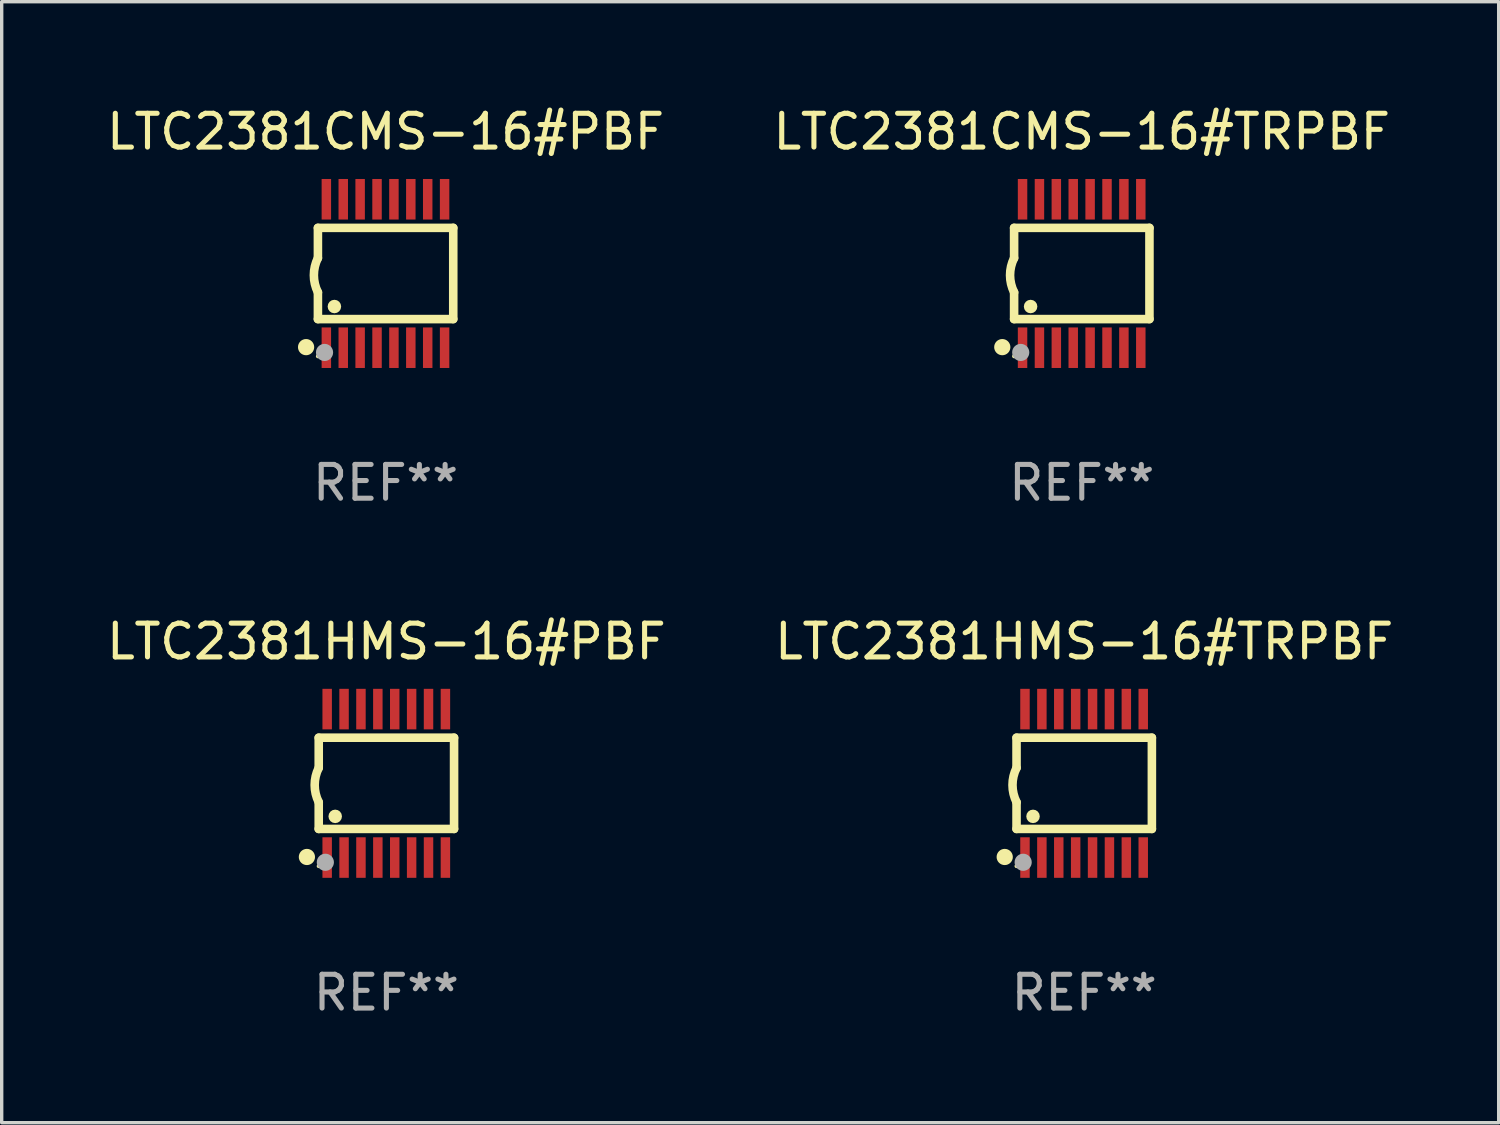
<source format=kicad_pcb>
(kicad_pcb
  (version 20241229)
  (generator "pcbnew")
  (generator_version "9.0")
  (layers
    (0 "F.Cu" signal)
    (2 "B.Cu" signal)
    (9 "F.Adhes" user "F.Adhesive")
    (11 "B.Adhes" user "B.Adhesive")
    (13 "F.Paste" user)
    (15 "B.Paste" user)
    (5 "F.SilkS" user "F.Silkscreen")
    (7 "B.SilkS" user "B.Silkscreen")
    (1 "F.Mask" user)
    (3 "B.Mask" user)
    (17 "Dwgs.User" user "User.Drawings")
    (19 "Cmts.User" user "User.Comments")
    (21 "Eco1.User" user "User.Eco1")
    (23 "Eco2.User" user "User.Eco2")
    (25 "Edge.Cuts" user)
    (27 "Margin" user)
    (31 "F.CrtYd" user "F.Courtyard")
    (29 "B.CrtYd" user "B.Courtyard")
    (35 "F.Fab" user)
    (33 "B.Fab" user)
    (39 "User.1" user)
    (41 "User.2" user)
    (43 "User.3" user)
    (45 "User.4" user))
  (footprint "LTC2381HMS-16#TRPBF"
    (layer "F.Cu")
    (at 29.042 20.136)
    (property "Reference" "LTC2381HMS-16#TRPBF" (at 0 -4.197 0) (layer "F.SilkS") (effects (font (size 1 1) (thickness 0.15))))
    (attr through_hole)
    (fp_line (start -2.003 -1.35) (end -2.003 -0.457) (stroke (width 0.254) (type solid)) (layer "F.SilkS"))
    (fp_line (start -2.003 -1.35) (end 2.003 -1.35) (stroke (width 0.254) (type solid)) (layer "F.SilkS"))
    (fp_line (start -2.003 1.35) (end -2.003 0.559) (stroke (width 0.254) (type solid)) (layer "F.SilkS"))
    (fp_line (start -2.003 1.35) (end 2.003 1.35) (stroke (width 0.254) (type solid)) (layer "F.SilkS"))
    (fp_line (start 2.003 -1.35) (end 2.003 1.35) (stroke (width 0.254) (type solid)) (layer "F.SilkS"))
    (fp_arc (start -2.002286 0.558802) (mid -2.122556 0.05092) (end -2.003302 -0.457201) (stroke (width 0.254001) (type solid)) (layer "F.SilkS"))
    (fp_circle (center -2.353 2.18) (end -2.233 2.18) (stroke (width 0.24) (type solid)) (fill no) (layer "F.SilkS"))
    (fp_circle (center -2.003 2.45) (end -1.973 2.45) (stroke (width 0.06) (type solid)) (fill no) (layer "F.SilkS"))
    (fp_circle (center -1.515 0.978) (end -1.415 0.978) (stroke (width 0.2) (type solid)) (fill no) (layer "F.SilkS"))
    (fp_circle (center -1.807 2.337) (end -1.68 2.337) (stroke (width 0.254) (type solid)) (fill no) (layer "F.Fab"))
    (fp_text user "REF**" (at 0 6.197 0) (layer "F.Fab") (effects (font (size 1 1) (thickness 0.15))))
    (pad "1" smd rect (at -1.753 2.197 90) (size 1.2 0.28) (layers "F.Cu" "F.Mask" "F.Paste"))
    (pad "2" smd rect (at -1.253 2.197 90) (size 1.2 0.28) (layers "F.Cu" "F.Mask" "F.Paste"))
    (pad "3" smd rect (at -0.753 2.197 90) (size 1.2 0.28) (layers "F.Cu" "F.Mask" "F.Paste"))
    (pad "4" smd rect (at -0.253 2.197 90) (size 1.2 0.28) (layers "F.Cu" "F.Mask" "F.Paste"))
    (pad "5" smd rect (at 0.247 2.197 90) (size 1.2 0.28) (layers "F.Cu" "F.Mask" "F.Paste"))
    (pad "6" smd rect (at 0.747 2.197 90) (size 1.2 0.28) (layers "F.Cu" "F.Mask" "F.Paste"))
    (pad "7" smd rect (at 1.247 2.197 90) (size 1.2 0.28) (layers "F.Cu" "F.Mask" "F.Paste"))
    (pad "8" smd rect (at 1.747 2.197 90) (size 1.2 0.28) (layers "F.Cu" "F.Mask" "F.Paste"))
    (pad "9" smd rect (at 1.747 -2.197 90) (size 1.2 0.28) (layers "F.Cu" "F.Mask" "F.Paste"))
    (pad "10" smd rect (at 1.247 -2.197 90) (size 1.2 0.28) (layers "F.Cu" "F.Mask" "F.Paste"))
    (pad "11" smd rect (at 0.747 -2.197 90) (size 1.2 0.28) (layers "F.Cu" "F.Mask" "F.Paste"))
    (pad "12" smd rect (at 0.247 -2.197 90) (size 1.2 0.28) (layers "F.Cu" "F.Mask" "F.Paste"))
    (pad "13" smd rect (at -0.253 -2.197 90) (size 1.2 0.28) (layers "F.Cu" "F.Mask" "F.Paste"))
    (pad "14" smd rect (at -0.753 -2.197 90) (size 1.2 0.28) (layers "F.Cu" "F.Mask" "F.Paste"))
    (pad "15" smd rect (at -1.253 -2.197 90) (size 1.2 0.28) (layers "F.Cu" "F.Mask" "F.Paste"))
    (pad "16" smd rect (at -1.753 -2.197 90) (size 1.2 0.28) (layers "F.Cu" "F.Mask" "F.Paste")))
  (footprint "LTC2381CMS-16#TRPBF"
    (layer "F.Cu")
    (at 28.97 5.045)
    (property "Reference" "LTC2381CMS-16#TRPBF" (at 0 -4.197 0) (layer "F.SilkS") (effects (font (size 1 1) (thickness 0.15))))
    (attr through_hole)
    (fp_line (start -2.003 -1.35) (end -2.003 -0.457) (stroke (width 0.254) (type solid)) (layer "F.SilkS"))
    (fp_line (start -2.003 -1.35) (end 2.003 -1.35) (stroke (width 0.254) (type solid)) (layer "F.SilkS"))
    (fp_line (start -2.003 1.35) (end -2.003 0.559) (stroke (width 0.254) (type solid)) (layer "F.SilkS"))
    (fp_line (start -2.003 1.35) (end 2.003 1.35) (stroke (width 0.254) (type solid)) (layer "F.SilkS"))
    (fp_line (start 2.003 -1.35) (end 2.003 1.35) (stroke (width 0.254) (type solid)) (layer "F.SilkS"))
    (fp_arc (start -2.002286 0.558802) (mid -2.122556 0.05092) (end -2.003302 -0.457201) (stroke (width 0.254001) (type solid)) (layer "F.SilkS"))
    (fp_circle (center -2.353 2.18) (end -2.233 2.18) (stroke (width 0.24) (type solid)) (fill no) (layer "F.SilkS"))
    (fp_circle (center -2.003 2.45) (end -1.973 2.45) (stroke (width 0.06) (type solid)) (fill no) (layer "F.SilkS"))
    (fp_circle (center -1.515 0.978) (end -1.415 0.978) (stroke (width 0.2) (type solid)) (fill no) (layer "F.SilkS"))
    (fp_circle (center -1.807 2.337) (end -1.68 2.337) (stroke (width 0.254) (type solid)) (fill no) (layer "F.Fab"))
    (fp_text user "REF**" (at 0 6.197 0) (layer "F.Fab") (effects (font (size 1 1) (thickness 0.15))))
    (pad "1" smd rect (at -1.753 2.197 90) (size 1.2 0.28) (layers "F.Cu" "F.Mask" "F.Paste"))
    (pad "2" smd rect (at -1.253 2.197 90) (size 1.2 0.28) (layers "F.Cu" "F.Mask" "F.Paste"))
    (pad "3" smd rect (at -0.753 2.197 90) (size 1.2 0.28) (layers "F.Cu" "F.Mask" "F.Paste"))
    (pad "4" smd rect (at -0.253 2.197 90) (size 1.2 0.28) (layers "F.Cu" "F.Mask" "F.Paste"))
    (pad "5" smd rect (at 0.247 2.197 90) (size 1.2 0.28) (layers "F.Cu" "F.Mask" "F.Paste"))
    (pad "6" smd rect (at 0.747 2.197 90) (size 1.2 0.28) (layers "F.Cu" "F.Mask" "F.Paste"))
    (pad "7" smd rect (at 1.247 2.197 90) (size 1.2 0.28) (layers "F.Cu" "F.Mask" "F.Paste"))
    (pad "8" smd rect (at 1.747 2.197 90) (size 1.2 0.28) (layers "F.Cu" "F.Mask" "F.Paste"))
    (pad "9" smd rect (at 1.747 -2.197 90) (size 1.2 0.28) (layers "F.Cu" "F.Mask" "F.Paste"))
    (pad "10" smd rect (at 1.247 -2.197 90) (size 1.2 0.28) (layers "F.Cu" "F.Mask" "F.Paste"))
    (pad "11" smd rect (at 0.747 -2.197 90) (size 1.2 0.28) (layers "F.Cu" "F.Mask" "F.Paste"))
    (pad "12" smd rect (at 0.247 -2.197 90) (size 1.2 0.28) (layers "F.Cu" "F.Mask" "F.Paste"))
    (pad "13" smd rect (at -0.253 -2.197 90) (size 1.2 0.28) (layers "F.Cu" "F.Mask" "F.Paste"))
    (pad "14" smd rect (at -0.753 -2.197 90) (size 1.2 0.28) (layers "F.Cu" "F.Mask" "F.Paste"))
    (pad "15" smd rect (at -1.253 -2.197 90) (size 1.2 0.28) (layers "F.Cu" "F.Mask" "F.Paste"))
    (pad "16" smd rect (at -1.753 -2.197 90) (size 1.2 0.28) (layers "F.Cu" "F.Mask" "F.Paste")))
  (footprint "LTC2381HMS-16#PBF"
    (layer "F.Cu")
    (at 8.387 20.136)
    (property "Reference" "LTC2381HMS-16#PBF" (at 0 -4.197 0) (layer "F.SilkS") (effects (font (size 1 1) (thickness 0.15))))
    (attr through_hole)
    (fp_line (start -2.003 -1.35) (end -2.003 -0.457) (stroke (width 0.254) (type solid)) (layer "F.SilkS"))
    (fp_line (start -2.003 -1.35) (end 2.003 -1.35) (stroke (width 0.254) (type solid)) (layer "F.SilkS"))
    (fp_line (start -2.003 1.35) (end -2.003 0.559) (stroke (width 0.254) (type solid)) (layer "F.SilkS"))
    (fp_line (start -2.003 1.35) (end 2.003 1.35) (stroke (width 0.254) (type solid)) (layer "F.SilkS"))
    (fp_line (start 2.003 -1.35) (end 2.003 1.35) (stroke (width 0.254) (type solid)) (layer "F.SilkS"))
    (fp_arc (start -2.002286 0.558802) (mid -2.122556 0.05092) (end -2.003302 -0.457201) (stroke (width 0.254001) (type solid)) (layer "F.SilkS"))
    (fp_circle (center -2.353 2.18) (end -2.233 2.18) (stroke (width 0.24) (type solid)) (fill no) (layer "F.SilkS"))
    (fp_circle (center -2.003 2.45) (end -1.973 2.45) (stroke (width 0.06) (type solid)) (fill no) (layer "F.SilkS"))
    (fp_circle (center -1.515 0.978) (end -1.415 0.978) (stroke (width 0.2) (type solid)) (fill no) (layer "F.SilkS"))
    (fp_circle (center -1.807 2.337) (end -1.68 2.337) (stroke (width 0.254) (type solid)) (fill no) (layer "F.Fab"))
    (fp_text user "REF**" (at 0 6.197 0) (layer "F.Fab") (effects (font (size 1 1) (thickness 0.15))))
    (pad "1" smd rect (at -1.753 2.197 90) (size 1.2 0.28) (layers "F.Cu" "F.Mask" "F.Paste"))
    (pad "2" smd rect (at -1.253 2.197 90) (size 1.2 0.28) (layers "F.Cu" "F.Mask" "F.Paste"))
    (pad "3" smd rect (at -0.753 2.197 90) (size 1.2 0.28) (layers "F.Cu" "F.Mask" "F.Paste"))
    (pad "4" smd rect (at -0.253 2.197 90) (size 1.2 0.28) (layers "F.Cu" "F.Mask" "F.Paste"))
    (pad "5" smd rect (at 0.247 2.197 90) (size 1.2 0.28) (layers "F.Cu" "F.Mask" "F.Paste"))
    (pad "6" smd rect (at 0.747 2.197 90) (size 1.2 0.28) (layers "F.Cu" "F.Mask" "F.Paste"))
    (pad "7" smd rect (at 1.247 2.197 90) (size 1.2 0.28) (layers "F.Cu" "F.Mask" "F.Paste"))
    (pad "8" smd rect (at 1.747 2.197 90) (size 1.2 0.28) (layers "F.Cu" "F.Mask" "F.Paste"))
    (pad "9" smd rect (at 1.747 -2.197 90) (size 1.2 0.28) (layers "F.Cu" "F.Mask" "F.Paste"))
    (pad "10" smd rect (at 1.247 -2.197 90) (size 1.2 0.28) (layers "F.Cu" "F.Mask" "F.Paste"))
    (pad "11" smd rect (at 0.747 -2.197 90) (size 1.2 0.28) (layers "F.Cu" "F.Mask" "F.Paste"))
    (pad "12" smd rect (at 0.247 -2.197 90) (size 1.2 0.28) (layers "F.Cu" "F.Mask" "F.Paste"))
    (pad "13" smd rect (at -0.253 -2.197 90) (size 1.2 0.28) (layers "F.Cu" "F.Mask" "F.Paste"))
    (pad "14" smd rect (at -0.753 -2.197 90) (size 1.2 0.28) (layers "F.Cu" "F.Mask" "F.Paste"))
    (pad "15" smd rect (at -1.253 -2.197 90) (size 1.2 0.28) (layers "F.Cu" "F.Mask" "F.Paste"))
    (pad "16" smd rect (at -1.753 -2.197 90) (size 1.2 0.28) (layers "F.Cu" "F.Mask" "F.Paste")))
  (footprint "LTC2381CMS-16#PBF"
    (layer "F.Cu")
    (at 8.363 5.045)
    (property "Reference" "LTC2381CMS-16#PBF" (at 0 -4.197 0) (layer "F.SilkS") (effects (font (size 1 1) (thickness 0.15))))
    (attr through_hole)
    (fp_line (start -2.003 -1.35) (end -2.003 -0.457) (stroke (width 0.254) (type solid)) (layer "F.SilkS"))
    (fp_line (start -2.003 -1.35) (end 2.003 -1.35) (stroke (width 0.254) (type solid)) (layer "F.SilkS"))
    (fp_line (start -2.003 1.35) (end -2.003 0.559) (stroke (width 0.254) (type solid)) (layer "F.SilkS"))
    (fp_line (start -2.003 1.35) (end 2.003 1.35) (stroke (width 0.254) (type solid)) (layer "F.SilkS"))
    (fp_line (start 2.003 -1.35) (end 2.003 1.35) (stroke (width 0.254) (type solid)) (layer "F.SilkS"))
    (fp_arc (start -2.002286 0.558802) (mid -2.122556 0.05092) (end -2.003302 -0.457201) (stroke (width 0.254001) (type solid)) (layer "F.SilkS"))
    (fp_circle (center -2.353 2.18) (end -2.233 2.18) (stroke (width 0.24) (type solid)) (fill no) (layer "F.SilkS"))
    (fp_circle (center -2.003 2.45) (end -1.973 2.45) (stroke (width 0.06) (type solid)) (fill no) (layer "F.SilkS"))
    (fp_circle (center -1.515 0.978) (end -1.415 0.978) (stroke (width 0.2) (type solid)) (fill no) (layer "F.SilkS"))
    (fp_circle (center -1.807 2.337) (end -1.68 2.337) (stroke (width 0.254) (type solid)) (fill no) (layer "F.Fab"))
    (fp_text user "REF**" (at 0 6.197 0) (layer "F.Fab") (effects (font (size 1 1) (thickness 0.15))))
    (pad "1" smd rect (at -1.753 2.197 90) (size 1.2 0.28) (layers "F.Cu" "F.Mask" "F.Paste"))
    (pad "2" smd rect (at -1.253 2.197 90) (size 1.2 0.28) (layers "F.Cu" "F.Mask" "F.Paste"))
    (pad "3" smd rect (at -0.753 2.197 90) (size 1.2 0.28) (layers "F.Cu" "F.Mask" "F.Paste"))
    (pad "4" smd rect (at -0.253 2.197 90) (size 1.2 0.28) (layers "F.Cu" "F.Mask" "F.Paste"))
    (pad "5" smd rect (at 0.247 2.197 90) (size 1.2 0.28) (layers "F.Cu" "F.Mask" "F.Paste"))
    (pad "6" smd rect (at 0.747 2.197 90) (size 1.2 0.28) (layers "F.Cu" "F.Mask" "F.Paste"))
    (pad "7" smd rect (at 1.247 2.197 90) (size 1.2 0.28) (layers "F.Cu" "F.Mask" "F.Paste"))
    (pad "8" smd rect (at 1.747 2.197 90) (size 1.2 0.28) (layers "F.Cu" "F.Mask" "F.Paste"))
    (pad "9" smd rect (at 1.747 -2.197 90) (size 1.2 0.28) (layers "F.Cu" "F.Mask" "F.Paste"))
    (pad "10" smd rect (at 1.247 -2.197 90) (size 1.2 0.28) (layers "F.Cu" "F.Mask" "F.Paste"))
    (pad "11" smd rect (at 0.747 -2.197 90) (size 1.2 0.28) (layers "F.Cu" "F.Mask" "F.Paste"))
    (pad "12" smd rect (at 0.247 -2.197 90) (size 1.2 0.28) (layers "F.Cu" "F.Mask" "F.Paste"))
    (pad "13" smd rect (at -0.253 -2.197 90) (size 1.2 0.28) (layers "F.Cu" "F.Mask" "F.Paste"))
    (pad "14" smd rect (at -0.753 -2.197 90) (size 1.2 0.28) (layers "F.Cu" "F.Mask" "F.Paste"))
    (pad "15" smd rect (at -1.253 -2.197 90) (size 1.2 0.28) (layers "F.Cu" "F.Mask" "F.Paste"))
    (pad "16" smd rect (at -1.753 -2.197 90) (size 1.2 0.28) (layers "F.Cu" "F.Mask" "F.Paste")))
  (gr_rect
    (start -3 -3)
    (end 41.31 30.181)
    (stroke (width 0.1) (type default))
    (fill no)
    (layer "Edge.Cuts")))
</source>
